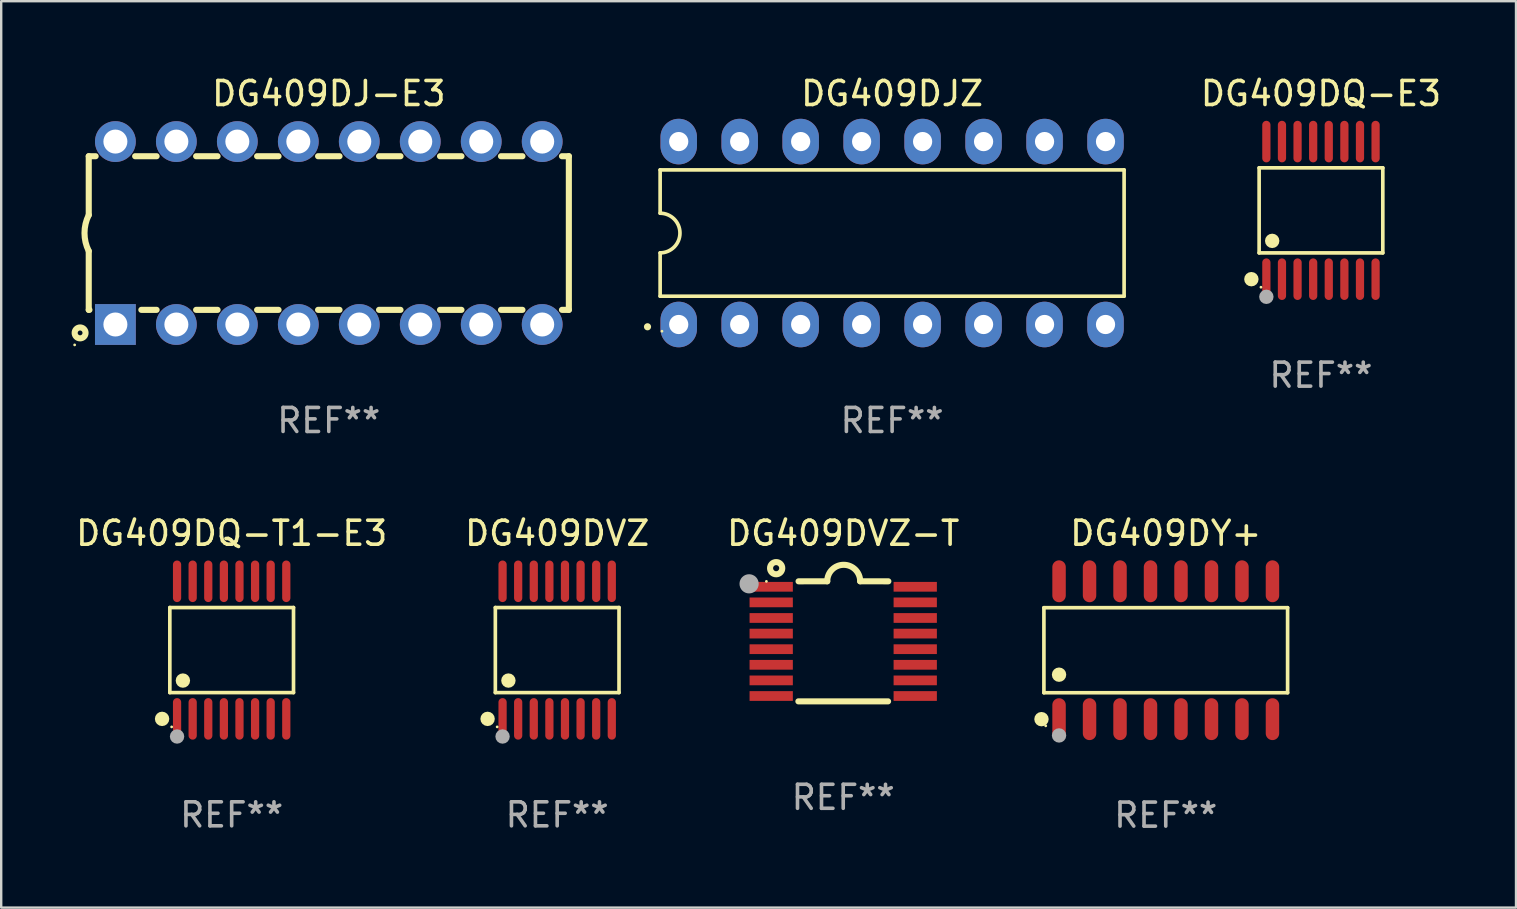
<source format=kicad_pcb>
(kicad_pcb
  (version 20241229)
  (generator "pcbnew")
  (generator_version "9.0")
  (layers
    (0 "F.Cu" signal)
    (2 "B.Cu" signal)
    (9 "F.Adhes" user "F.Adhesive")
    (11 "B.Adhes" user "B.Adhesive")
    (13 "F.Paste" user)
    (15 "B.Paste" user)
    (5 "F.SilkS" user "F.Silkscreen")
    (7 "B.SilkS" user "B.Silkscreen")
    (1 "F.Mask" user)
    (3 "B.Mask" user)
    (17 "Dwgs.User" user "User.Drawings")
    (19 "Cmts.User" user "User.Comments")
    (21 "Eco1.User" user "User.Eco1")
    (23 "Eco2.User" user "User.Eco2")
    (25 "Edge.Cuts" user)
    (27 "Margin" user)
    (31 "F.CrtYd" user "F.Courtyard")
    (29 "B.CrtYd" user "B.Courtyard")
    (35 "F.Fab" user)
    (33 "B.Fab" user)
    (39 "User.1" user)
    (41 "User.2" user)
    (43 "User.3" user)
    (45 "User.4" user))
  (footprint "DG409DQ-T1-E3"
    (layer "F.Cu")
    (at 6.601 24.031)
    (property "Reference" "DG409DQ-T1-E3" (at 0 -4.866 0) (layer "F.SilkS") (effects (font (size 1 1) (thickness 0.15))))
    (attr through_hole)
    (fp_line (start -2.576 -1.772) (end 2.576 -1.772) (stroke (width 0.152) (type solid)) (layer "F.SilkS"))
    (fp_line (start -2.576 1.771) (end -2.576 -1.772) (stroke (width 0.152) (type solid)) (layer "F.SilkS"))
    (fp_line (start 2.576 -1.772) (end 2.576 1.771) (stroke (width 0.152) (type solid)) (layer "F.SilkS"))
    (fp_line (start 2.576 1.771) (end -2.576 1.771) (stroke (width 0.152) (type solid)) (layer "F.SilkS"))
    (fp_circle (center -2.899 2.866) (end -2.749 2.866) (stroke (width 0.3) (type solid)) (fill no) (layer "F.SilkS"))
    (fp_circle (center -2.5 3.2) (end -2.47 3.2) (stroke (width 0.06) (type solid)) (fill no) (layer "F.SilkS"))
    (fp_circle (center -2.032 1.27) (end -1.882 1.27) (stroke (width 0.3) (type solid)) (fill no) (layer "F.SilkS"))
    (fp_circle (center -2.275 3.6) (end -2.125 3.6) (stroke (width 0.3) (type solid)) (fill no) (layer "F.Fab"))
    (fp_text user "REF**" (at 0 6.866 0) (layer "F.Fab") (effects (font (size 1 1) (thickness 0.15))))
    (pad "1" smd oval (at -2.275 2.866) (size 0.343 1.731) (layers "F.Cu" "F.Mask" "F.Paste"))
    (pad "2" smd oval (at -1.625 2.866) (size 0.343 1.731) (layers "F.Cu" "F.Mask" "F.Paste"))
    (pad "3" smd oval (at -0.975 2.866) (size 0.343 1.731) (layers "F.Cu" "F.Mask" "F.Paste"))
    (pad "4" smd oval (at -0.325 2.866) (size 0.343 1.731) (layers "F.Cu" "F.Mask" "F.Paste"))
    (pad "5" smd oval (at 0.325 2.866) (size 0.343 1.731) (layers "F.Cu" "F.Mask" "F.Paste"))
    (pad "6" smd oval (at 0.975 2.866) (size 0.343 1.731) (layers "F.Cu" "F.Mask" "F.Paste"))
    (pad "7" smd oval (at 1.625 2.866) (size 0.343 1.731) (layers "F.Cu" "F.Mask" "F.Paste"))
    (pad "8" smd oval (at 2.275 2.866) (size 0.343 1.731) (layers "F.Cu" "F.Mask" "F.Paste"))
    (pad "9" smd oval (at 2.275 -2.866) (size 0.343 1.731) (layers "F.Cu" "F.Mask" "F.Paste"))
    (pad "10" smd oval (at 1.625 -2.866) (size 0.343 1.731) (layers "F.Cu" "F.Mask" "F.Paste"))
    (pad "11" smd oval (at 0.975 -2.866) (size 0.343 1.731) (layers "F.Cu" "F.Mask" "F.Paste"))
    (pad "12" smd oval (at 0.325 -2.866) (size 0.343 1.731) (layers "F.Cu" "F.Mask" "F.Paste"))
    (pad "13" smd oval (at -0.325 -2.866) (size 0.343 1.731) (layers "F.Cu" "F.Mask" "F.Paste"))
    (pad "14" smd oval (at -0.975 -2.866) (size 0.343 1.731) (layers "F.Cu" "F.Mask" "F.Paste"))
    (pad "15" smd oval (at -1.625 -2.866) (size 0.343 1.731) (layers "F.Cu" "F.Mask" "F.Paste"))
    (pad "16" smd oval (at -2.275 -2.866) (size 0.343 1.731) (layers "F.Cu" "F.Mask" "F.Paste")))
  (footprint "DG409DVZ-T"
    (layer "F.Cu")
    (at 32.077 23.666)
    (property "Reference" "DG409DVZ-T" (at 0 -4.501 0) (layer "F.SilkS") (effects (font (size 1 1) (thickness 0.15))))
    (attr through_hole)
    (fp_line (start -1.868 2.501) (end 1.868 2.501) (stroke (width 0.254) (type solid)) (layer "F.SilkS"))
    (fp_line (start -1.86 -2.499) (end -0.666 -2.501) (stroke (width 0.254) (type solid)) (layer "F.SilkS"))
    (fp_line (start 0.706 -2.501) (end 1.88 -2.499) (stroke (width 0.254) (type solid)) (layer "F.SilkS"))
    (fp_arc (start -0.665914 -2.501448) (mid 0.019888 -3.18725) (end 0.70569 -2.501448) (stroke (width 0.254001) (type solid)) (layer "F.SilkS"))
    (fp_circle (center -3.2 -2.497) (end -3.17 -2.497) (stroke (width 0.06) (type solid)) (fill no) (layer "F.SilkS"))
    (fp_circle (center -2.794 -3.047) (end -2.54 -3.047) (stroke (width 0.254) (type solid)) (fill no) (layer "F.SilkS"))
    (fp_circle (center -3.921 -2.395) (end -3.721 -2.395) (stroke (width 0.4) (type solid)) (fill no) (layer "F.Fab"))
    (fp_text user "REF**" (at 0 6.501 0) (layer "F.Fab") (effects (font (size 1 1) (thickness 0.15))))
    (pad "1" smd rect (at -3 -2.272) (size 1.803 0.406) (layers "F.Cu" "F.Mask" "F.Paste"))
    (pad "2" smd rect (at -3 -1.622) (size 1.803 0.406) (layers "F.Cu" "F.Mask" "F.Paste"))
    (pad "3" smd rect (at -3 -0.972) (size 1.803 0.406) (layers "F.Cu" "F.Mask" "F.Paste"))
    (pad "4" smd rect (at -3 -0.322) (size 1.803 0.406) (layers "F.Cu" "F.Mask" "F.Paste"))
    (pad "5" smd rect (at -3 0.328) (size 1.803 0.406) (layers "F.Cu" "F.Mask" "F.Paste"))
    (pad "6" smd rect (at -3 0.978) (size 1.803 0.406) (layers "F.Cu" "F.Mask" "F.Paste"))
    (pad "7" smd rect (at -3 1.628) (size 1.803 0.406) (layers "F.Cu" "F.Mask" "F.Paste"))
    (pad "8" smd rect (at -3 2.278) (size 1.803 0.406) (layers "F.Cu" "F.Mask" "F.Paste"))
    (pad "9" smd rect (at 3 2.278) (size 1.803 0.406) (layers "F.Cu" "F.Mask" "F.Paste"))
    (pad "10" smd rect (at 3 1.628) (size 1.803 0.406) (layers "F.Cu" "F.Mask" "F.Paste"))
    (pad "11" smd rect (at 3 0.978) (size 1.803 0.406) (layers "F.Cu" "F.Mask" "F.Paste"))
    (pad "12" smd rect (at 3 0.328) (size 1.803 0.406) (layers "F.Cu" "F.Mask" "F.Paste"))
    (pad "13" smd rect (at 3 -0.322) (size 1.803 0.406) (layers "F.Cu" "F.Mask" "F.Paste"))
    (pad "14" smd rect (at 3 -0.972) (size 1.803 0.406) (layers "F.Cu" "F.Mask" "F.Paste"))
    (pad "15" smd rect (at 3 -1.622) (size 1.803 0.406) (layers "F.Cu" "F.Mask" "F.Paste"))
    (pad "16" smd rect (at 3 -2.272) (size 1.803 0.406) (layers "F.Cu" "F.Mask" "F.Paste")))
  (footprint "DG409DVZ"
    (layer "F.Cu")
    (at 20.161 24.031)
    (property "Reference" "DG409DVZ" (at 0 -4.866 0) (layer "F.SilkS") (effects (font (size 1 1) (thickness 0.15))))
    (attr through_hole)
    (fp_line (start -2.576 -1.772) (end 2.576 -1.772) (stroke (width 0.152) (type solid)) (layer "F.SilkS"))
    (fp_line (start -2.576 1.771) (end -2.576 -1.772) (stroke (width 0.152) (type solid)) (layer "F.SilkS"))
    (fp_line (start 2.576 -1.772) (end 2.576 1.771) (stroke (width 0.152) (type solid)) (layer "F.SilkS"))
    (fp_line (start 2.576 1.771) (end -2.576 1.771) (stroke (width 0.152) (type solid)) (layer "F.SilkS"))
    (fp_circle (center -2.899 2.866) (end -2.749 2.866) (stroke (width 0.3) (type solid)) (fill no) (layer "F.SilkS"))
    (fp_circle (center -2.5 3.2) (end -2.47 3.2) (stroke (width 0.06) (type solid)) (fill no) (layer "F.SilkS"))
    (fp_circle (center -2.032 1.27) (end -1.882 1.27) (stroke (width 0.3) (type solid)) (fill no) (layer "F.SilkS"))
    (fp_circle (center -2.275 3.6) (end -2.125 3.6) (stroke (width 0.3) (type solid)) (fill no) (layer "F.Fab"))
    (fp_text user "REF**" (at 0 6.866 0) (layer "F.Fab") (effects (font (size 1 1) (thickness 0.15))))
    (pad "1" smd oval (at -2.275 2.866) (size 0.343 1.731) (layers "F.Cu" "F.Mask" "F.Paste"))
    (pad "2" smd oval (at -1.625 2.866) (size 0.343 1.731) (layers "F.Cu" "F.Mask" "F.Paste"))
    (pad "3" smd oval (at -0.975 2.866) (size 0.343 1.731) (layers "F.Cu" "F.Mask" "F.Paste"))
    (pad "4" smd oval (at -0.325 2.866) (size 0.343 1.731) (layers "F.Cu" "F.Mask" "F.Paste"))
    (pad "5" smd oval (at 0.325 2.866) (size 0.343 1.731) (layers "F.Cu" "F.Mask" "F.Paste"))
    (pad "6" smd oval (at 0.975 2.866) (size 0.343 1.731) (layers "F.Cu" "F.Mask" "F.Paste"))
    (pad "7" smd oval (at 1.625 2.866) (size 0.343 1.731) (layers "F.Cu" "F.Mask" "F.Paste"))
    (pad "8" smd oval (at 2.275 2.866) (size 0.343 1.731) (layers "F.Cu" "F.Mask" "F.Paste"))
    (pad "9" smd oval (at 2.275 -2.866) (size 0.343 1.731) (layers "F.Cu" "F.Mask" "F.Paste"))
    (pad "10" smd oval (at 1.625 -2.866) (size 0.343 1.731) (layers "F.Cu" "F.Mask" "F.Paste"))
    (pad "11" smd oval (at 0.975 -2.866) (size 0.343 1.731) (layers "F.Cu" "F.Mask" "F.Paste"))
    (pad "12" smd oval (at 0.325 -2.866) (size 0.343 1.731) (layers "F.Cu" "F.Mask" "F.Paste"))
    (pad "13" smd oval (at -0.325 -2.866) (size 0.343 1.731) (layers "F.Cu" "F.Mask" "F.Paste"))
    (pad "14" smd oval (at -0.975 -2.866) (size 0.343 1.731) (layers "F.Cu" "F.Mask" "F.Paste"))
    (pad "15" smd oval (at -1.625 -2.866) (size 0.343 1.731) (layers "F.Cu" "F.Mask" "F.Paste"))
    (pad "16" smd oval (at -2.275 -2.866) (size 0.343 1.731) (layers "F.Cu" "F.Mask" "F.Paste")))
  (footprint "DG409DJZ"
    (layer "F.Cu")
    (at 34.114 6.658)
    (property "Reference" "DG409DJZ" (at 0 -5.81 0) (layer "F.SilkS") (effects (font (size 1 1) (thickness 0.15))))
    (attr through_hole)
    (fp_line (start -9.664 -2.631) (end -9.664 -0.826) (stroke (width 0.152) (type solid)) (layer "F.SilkS"))
    (fp_line (start -9.664 0.826) (end -9.664 2.631) (stroke (width 0.152) (type solid)) (layer "F.SilkS"))
    (fp_line (start -9.664 2.631) (end 9.664 2.631) (stroke (width 0.152) (type solid)) (layer "F.SilkS"))
    (fp_line (start 9.664 -2.631) (end -9.664 -2.631) (stroke (width 0.152) (type solid)) (layer "F.SilkS"))
    (fp_line (start 9.664 2.631) (end 9.664 -2.631) (stroke (width 0.152) (type solid)) (layer "F.SilkS"))
    (fp_arc (start -9.663701 -0.825626) (mid -8.838075 0) (end -9.663701 0.825626) (stroke (width 0.1524) (type solid)) (layer "F.SilkS"))
    (fp_circle (center -10.19 3.905) (end -10.115 3.905) (stroke (width 0.15) (type solid)) (fill no) (layer "F.SilkS"))
    (fp_circle (center -9.588 4.09) (end -9.558 4.09) (stroke (width 0.06) (type solid)) (fill no) (layer "F.SilkS"))
    (fp_text user "REF**" (at 0 7.81 0) (layer "F.Fab") (effects (font (size 1 1) (thickness 0.15))))
    (pad "1" thru_hole oval (at -8.89 3.81) (size 1.52 1.9) (drill 0.8) (layers "*.Cu" "*.Mask"))
    (pad "2" thru_hole oval (at -6.35 3.81) (size 1.52 1.9) (drill 0.8) (layers "*.Cu" "*.Mask"))
    (pad "3" thru_hole oval (at -3.81 3.81) (size 1.52 1.9) (drill 0.8) (layers "*.Cu" "*.Mask"))
    (pad "4" thru_hole oval (at -1.27 3.81) (size 1.52 1.9) (drill 0.8) (layers "*.Cu" "*.Mask"))
    (pad "5" thru_hole oval (at 1.27 3.81) (size 1.52 1.9) (drill 0.8) (layers "*.Cu" "*.Mask"))
    (pad "6" thru_hole oval (at 3.81 3.81) (size 1.52 1.9) (drill 0.8) (layers "*.Cu" "*.Mask"))
    (pad "7" thru_hole oval (at 6.35 3.81) (size 1.52 1.9) (drill 0.8) (layers "*.Cu" "*.Mask"))
    (pad "8" thru_hole oval (at 8.89 3.81) (size 1.52 1.9) (drill 0.8) (layers "*.Cu" "*.Mask"))
    (pad "9" thru_hole oval (at 8.89 -3.81) (size 1.52 1.9) (drill 0.8) (layers "*.Cu" "*.Mask"))
    (pad "10" thru_hole oval (at 6.35 -3.81) (size 1.52 1.9) (drill 0.8) (layers "*.Cu" "*.Mask"))
    (pad "11" thru_hole oval (at 3.81 -3.81) (size 1.52 1.9) (drill 0.8) (layers "*.Cu" "*.Mask"))
    (pad "12" thru_hole oval (at 1.27 -3.81) (size 1.52 1.9) (drill 0.8) (layers "*.Cu" "*.Mask"))
    (pad "13" thru_hole oval (at -1.27 -3.81) (size 1.52 1.9) (drill 0.8) (layers "*.Cu" "*.Mask"))
    (pad "14" thru_hole oval (at -3.81 -3.81) (size 1.52 1.9) (drill 0.8) (layers "*.Cu" "*.Mask"))
    (pad "15" thru_hole oval (at -6.35 -3.81) (size 1.52 1.9) (drill 0.8) (layers "*.Cu" "*.Mask"))
    (pad "16" thru_hole oval (at -8.89 -3.81) (size 1.52 1.9) (drill 0.8) (layers "*.Cu" "*.Mask")))
  (footprint "DG409DJ-E3"
    (layer "F.Cu")
    (at 10.647 6.658)
    (property "Reference" "DG409DJ-E3" (at 0 -5.81 0) (layer "F.SilkS") (effects (font (size 1 1) (thickness 0.15))))
    (attr through_hole)
    (fp_line (start -10 -3.2) (end -10 -0.75) (stroke (width 0.254) (type solid)) (layer "F.SilkS"))
    (fp_line (start -10 -3.2) (end -9.713 -3.2) (stroke (width 0.254) (type solid)) (layer "F.SilkS"))
    (fp_line (start -10 3.2) (end -10 0.75) (stroke (width 0.254) (type solid)) (layer "F.SilkS"))
    (fp_line (start -10 3.2) (end -9.971 3.2) (stroke (width 0.254) (type solid)) (layer "F.SilkS"))
    (fp_line (start -8.067 -3.2) (end -7.173 -3.2) (stroke (width 0.254) (type solid)) (layer "F.SilkS"))
    (fp_line (start -7.809 3.2) (end -7.173 3.2) (stroke (width 0.254) (type solid)) (layer "F.SilkS"))
    (fp_line (start -5.527 3.2) (end -4.633 3.2) (stroke (width 0.254) (type solid)) (layer "F.SilkS"))
    (fp_line (start -5.527 -3.2) (end -4.633 -3.2) (stroke (width 0.254) (type solid)) (layer "F.SilkS"))
    (fp_line (start -2.987 3.2) (end -2.093 3.2) (stroke (width 0.254) (type solid)) (layer "F.SilkS"))
    (fp_line (start -2.987 -3.2) (end -2.093 -3.2) (stroke (width 0.254) (type solid)) (layer "F.SilkS"))
    (fp_line (start -0.447 3.2) (end 0.447 3.2) (stroke (width 0.254) (type solid)) (layer "F.SilkS"))
    (fp_line (start -0.447 -3.2) (end 0.447 -3.2) (stroke (width 0.254) (type solid)) (layer "F.SilkS"))
    (fp_line (start 2.093 3.2) (end 2.987 3.2) (stroke (width 0.254) (type solid)) (layer "F.SilkS"))
    (fp_line (start 2.093 -3.2) (end 2.987 -3.2) (stroke (width 0.254) (type solid)) (layer "F.SilkS"))
    (fp_line (start 4.633 3.2) (end 5.527 3.2) (stroke (width 0.254) (type solid)) (layer "F.SilkS"))
    (fp_line (start 4.633 -3.2) (end 5.527 -3.2) (stroke (width 0.254) (type solid)) (layer "F.SilkS"))
    (fp_line (start 7.173 3.2) (end 8.067 3.2) (stroke (width 0.254) (type solid)) (layer "F.SilkS"))
    (fp_line (start 7.173 -3.2) (end 8.067 -3.2) (stroke (width 0.254) (type solid)) (layer "F.SilkS"))
    (fp_line (start 9.713 3.2) (end 10 3.2) (stroke (width 0.254) (type solid)) (layer "F.SilkS"))
    (fp_line (start 9.713 -3.2) (end 10 -3.2) (stroke (width 0.254) (type solid)) (layer "F.SilkS"))
    (fp_line (start 10 -3.2) (end 10 3.2) (stroke (width 0.254) (type solid)) (layer "F.SilkS"))
    (fp_arc (start -10 0.748793) (mid -10.176918 -0.000607) (end -10.000025 -0.750013) (stroke (width 0.254001) (type solid)) (layer "F.SilkS"))
    (fp_circle (center -10.587 4.66) (end -10.557 4.66) (stroke (width 0.06) (type solid)) (fill no) (layer "F.SilkS"))
    (fp_circle (center -10.36 4.16) (end -10.26 4.16) (stroke (width 0.254) (type solid)) (fill no) (layer "F.SilkS"))
    (fp_text user "REF**" (at 0 7.81 0) (layer "F.Fab") (effects (font (size 1 1) (thickness 0.15))))
    (pad "1" thru_hole rect (at -8.89 3.81 90) (size 1.7 1.7) (drill 1) (layers "*.Cu" "*.Mask"))
    (pad "2" thru_hole circle (at -6.35 3.81) (size 1.7 1.7) (drill 1) (layers "*.Cu" "*.Mask"))
    (pad "3" thru_hole circle (at -3.81 3.81) (size 1.7 1.7) (drill 1) (layers "*.Cu" "*.Mask"))
    (pad "4" thru_hole circle (at -1.27 3.81) (size 1.7 1.7) (drill 1) (layers "*.Cu" "*.Mask"))
    (pad "5" thru_hole circle (at 1.27 3.81) (size 1.7 1.7) (drill 1) (layers "*.Cu" "*.Mask"))
    (pad "6" thru_hole circle (at 3.81 3.81) (size 1.7 1.7) (drill 1) (layers "*.Cu" "*.Mask"))
    (pad "7" thru_hole circle (at 6.35 3.81) (size 1.7 1.7) (drill 1) (layers "*.Cu" "*.Mask"))
    (pad "8" thru_hole circle (at 8.89 3.81) (size 1.7 1.7) (drill 1) (layers "*.Cu" "*.Mask"))
    (pad "9" thru_hole circle (at 8.89 -3.81) (size 1.7 1.7) (drill 1) (layers "*.Cu" "*.Mask"))
    (pad "10" thru_hole circle (at 6.35 -3.81) (size 1.7 1.7) (drill 1) (layers "*.Cu" "*.Mask"))
    (pad "11" thru_hole circle (at 3.81 -3.81) (size 1.7 1.7) (drill 1) (layers "*.Cu" "*.Mask"))
    (pad "12" thru_hole circle (at 1.27 -3.81) (size 1.7 1.7) (drill 1) (layers "*.Cu" "*.Mask"))
    (pad "13" thru_hole circle (at -1.27 -3.81) (size 1.7 1.7) (drill 1) (layers "*.Cu" "*.Mask"))
    (pad "14" thru_hole circle (at -3.81 -3.81) (size 1.7 1.7) (drill 1) (layers "*.Cu" "*.Mask"))
    (pad "15" thru_hole circle (at -6.35 -3.81) (size 1.7 1.7) (drill 1) (layers "*.Cu" "*.Mask"))
    (pad "16" thru_hole circle (at -8.89 -3.81) (size 1.7 1.7) (drill 1) (layers "*.Cu" "*.Mask")))
  (footprint "DG409DY+"
    (layer "F.Cu")
    (at 45.513 24.037)
    (property "Reference" "DG409DY+" (at 0 -4.872 0) (layer "F.SilkS") (effects (font (size 1 1) (thickness 0.15))))
    (attr through_hole)
    (fp_line (start -5.076 -1.771) (end 5.076 -1.771) (stroke (width 0.152) (type solid)) (layer "F.SilkS"))
    (fp_line (start -5.076 1.771) (end -5.076 -1.771) (stroke (width 0.152) (type solid)) (layer "F.SilkS"))
    (fp_line (start 5.076 -1.771) (end 5.076 1.771) (stroke (width 0.152) (type solid)) (layer "F.SilkS"))
    (fp_line (start 5.076 1.771) (end -5.076 1.771) (stroke (width 0.152) (type solid)) (layer "F.SilkS"))
    (fp_circle (center -5.177 2.872) (end -5.027 2.872) (stroke (width 0.3) (type solid)) (fill no) (layer "F.SilkS"))
    (fp_circle (center -5 3.15) (end -4.97 3.15) (stroke (width 0.06) (type solid)) (fill no) (layer "F.SilkS"))
    (fp_circle (center -4.445 1.019) (end -4.295 1.019) (stroke (width 0.3) (type solid)) (fill no) (layer "F.SilkS"))
    (fp_circle (center -4.445 3.55) (end -4.295 3.55) (stroke (width 0.3) (type solid)) (fill no) (layer "F.Fab"))
    (fp_text user "REF**" (at 0 6.872 0) (layer "F.Fab") (effects (font (size 1 1) (thickness 0.15))))
    (pad "1" smd oval (at -4.445 2.872) (size 0.56 1.745) (layers "F.Cu" "F.Mask" "F.Paste"))
    (pad "2" smd oval (at -3.175 2.872) (size 0.56 1.745) (layers "F.Cu" "F.Mask" "F.Paste"))
    (pad "3" smd oval (at -1.905 2.872) (size 0.56 1.745) (layers "F.Cu" "F.Mask" "F.Paste"))
    (pad "4" smd oval (at -0.635 2.872) (size 0.56 1.745) (layers "F.Cu" "F.Mask" "F.Paste"))
    (pad "5" smd oval (at 0.635 2.872) (size 0.56 1.745) (layers "F.Cu" "F.Mask" "F.Paste"))
    (pad "6" smd oval (at 1.905 2.872) (size 0.56 1.745) (layers "F.Cu" "F.Mask" "F.Paste"))
    (pad "7" smd oval (at 3.175 2.872) (size 0.56 1.745) (layers "F.Cu" "F.Mask" "F.Paste"))
    (pad "8" smd oval (at 4.445 2.872) (size 0.56 1.745) (layers "F.Cu" "F.Mask" "F.Paste"))
    (pad "9" smd oval (at 4.445 -2.872) (size 0.56 1.745) (layers "F.Cu" "F.Mask" "F.Paste"))
    (pad "10" smd oval (at 3.175 -2.872) (size 0.56 1.745) (layers "F.Cu" "F.Mask" "F.Paste"))
    (pad "11" smd oval (at 1.905 -2.872) (size 0.56 1.745) (layers "F.Cu" "F.Mask" "F.Paste"))
    (pad "12" smd oval (at 0.635 -2.872) (size 0.56 1.745) (layers "F.Cu" "F.Mask" "F.Paste"))
    (pad "13" smd oval (at -0.635 -2.872) (size 0.56 1.745) (layers "F.Cu" "F.Mask" "F.Paste"))
    (pad "14" smd oval (at -1.905 -2.872) (size 0.56 1.745) (layers "F.Cu" "F.Mask" "F.Paste"))
    (pad "15" smd oval (at -3.175 -2.872) (size 0.56 1.745) (layers "F.Cu" "F.Mask" "F.Paste"))
    (pad "16" smd oval (at -4.445 -2.872) (size 0.56 1.745) (layers "F.Cu" "F.Mask" "F.Paste")))
  (footprint "DG409DQ-E3"
    (layer "F.Cu")
    (at 51.979 5.714)
    (property "Reference" "DG409DQ-E3" (at 0 -4.866 0) (layer "F.SilkS") (effects (font (size 1 1) (thickness 0.15))))
    (attr through_hole)
    (fp_line (start -2.576 -1.772) (end 2.576 -1.772) (stroke (width 0.152) (type solid)) (layer "F.SilkS"))
    (fp_line (start -2.576 1.771) (end -2.576 -1.772) (stroke (width 0.152) (type solid)) (layer "F.SilkS"))
    (fp_line (start 2.576 -1.772) (end 2.576 1.771) (stroke (width 0.152) (type solid)) (layer "F.SilkS"))
    (fp_line (start 2.576 1.771) (end -2.576 1.771) (stroke (width 0.152) (type solid)) (layer "F.SilkS"))
    (fp_circle (center -2.899 2.866) (end -2.749 2.866) (stroke (width 0.3) (type solid)) (fill no) (layer "F.SilkS"))
    (fp_circle (center -2.5 3.2) (end -2.47 3.2) (stroke (width 0.06) (type solid)) (fill no) (layer "F.SilkS"))
    (fp_circle (center -2.032 1.27) (end -1.882 1.27) (stroke (width 0.3) (type solid)) (fill no) (layer "F.SilkS"))
    (fp_circle (center -2.275 3.6) (end -2.125 3.6) (stroke (width 0.3) (type solid)) (fill no) (layer "F.Fab"))
    (fp_text user "REF**" (at 0 6.866 0) (layer "F.Fab") (effects (font (size 1 1) (thickness 0.15))))
    (pad "1" smd oval (at -2.275 2.866) (size 0.343 1.731) (layers "F.Cu" "F.Mask" "F.Paste"))
    (pad "2" smd oval (at -1.625 2.866) (size 0.343 1.731) (layers "F.Cu" "F.Mask" "F.Paste"))
    (pad "3" smd oval (at -0.975 2.866) (size 0.343 1.731) (layers "F.Cu" "F.Mask" "F.Paste"))
    (pad "4" smd oval (at -0.325 2.866) (size 0.343 1.731) (layers "F.Cu" "F.Mask" "F.Paste"))
    (pad "5" smd oval (at 0.325 2.866) (size 0.343 1.731) (layers "F.Cu" "F.Mask" "F.Paste"))
    (pad "6" smd oval (at 0.975 2.866) (size 0.343 1.731) (layers "F.Cu" "F.Mask" "F.Paste"))
    (pad "7" smd oval (at 1.625 2.866) (size 0.343 1.731) (layers "F.Cu" "F.Mask" "F.Paste"))
    (pad "8" smd oval (at 2.275 2.866) (size 0.343 1.731) (layers "F.Cu" "F.Mask" "F.Paste"))
    (pad "9" smd oval (at 2.275 -2.866) (size 0.343 1.731) (layers "F.Cu" "F.Mask" "F.Paste"))
    (pad "10" smd oval (at 1.625 -2.866) (size 0.343 1.731) (layers "F.Cu" "F.Mask" "F.Paste"))
    (pad "11" smd oval (at 0.975 -2.866) (size 0.343 1.731) (layers "F.Cu" "F.Mask" "F.Paste"))
    (pad "12" smd oval (at 0.325 -2.866) (size 0.343 1.731) (layers "F.Cu" "F.Mask" "F.Paste"))
    (pad "13" smd oval (at -0.325 -2.866) (size 0.343 1.731) (layers "F.Cu" "F.Mask" "F.Paste"))
    (pad "14" smd oval (at -0.975 -2.866) (size 0.343 1.731) (layers "F.Cu" "F.Mask" "F.Paste"))
    (pad "15" smd oval (at -1.625 -2.866) (size 0.343 1.731) (layers "F.Cu" "F.Mask" "F.Paste"))
    (pad "16" smd oval (at -2.275 -2.866) (size 0.343 1.731) (layers "F.Cu" "F.Mask" "F.Paste")))
  (gr_rect
    (start -3 -3)
    (end 60.104 34.758)
    (stroke (width 0.1) (type default))
    (fill no)
    (layer "Edge.Cuts")))
</source>
